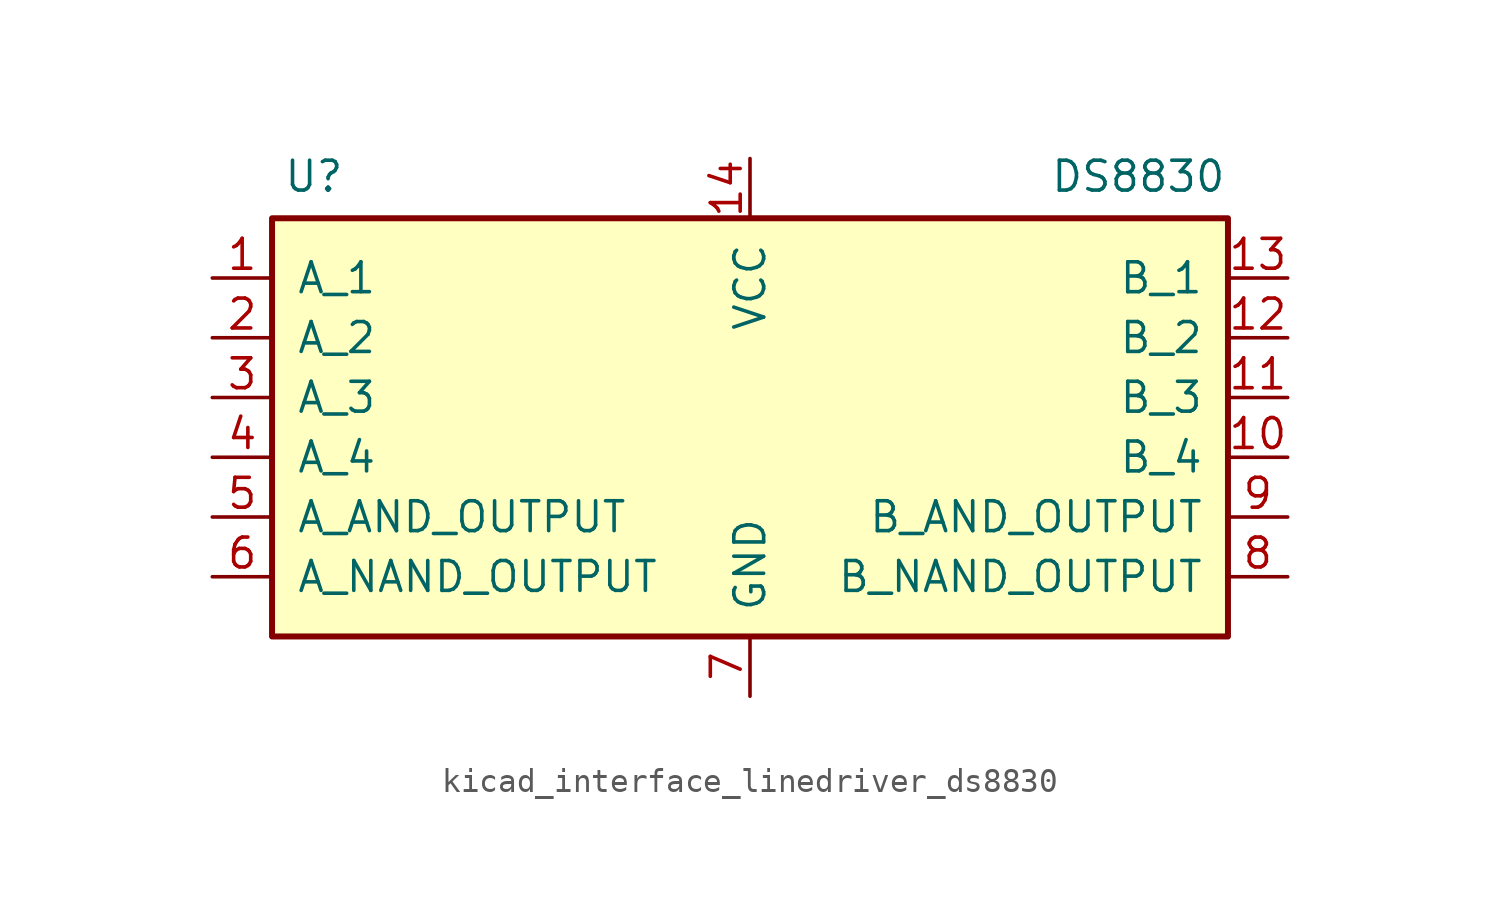
<source format=kicad_sym>
(kicad_symbol_lib
  (version 20220914)
  (generator kicad_symbol_editor)
  (symbol "kicad_interface_linedriver_ds8830"
    (pin_names
      (offset 1.016))
    (property "Reference" "U"
      (at -18.542 9.398 0)
      (effects (font (size 1.27 1.27))))
    (property "Value" "DS8830"
      (at 16.51 9.398 0)
      (effects (font (size 1.27 1.27))))
    (symbol "kicad_interface_linedriver_ds8830_0_1"
      (rectangle (start -20.32 7.62) (end 20.32 -10.16) (stroke (width 0.254) (type default)) (fill (type background))))
    (symbol "kicad_interface_linedriver_ds8830_1_1"
      (pin input line (at -22.86 5.08 0) (length 2.54) (name "A_1" (effects (font (size 1.27 1.27)))) (number "1" (effects (font (size 1.27 1.27)))))
      (pin input line (at 22.86 -2.54 180) (length 2.54) (name "B_4" (effects (font (size 1.27 1.27)))) (number "10" (effects (font (size 1.27 1.27)))))
      (pin input line (at 22.86 0 180) (length 2.54) (name "B_3" (effects (font (size 1.27 1.27)))) (number "11" (effects (font (size 1.27 1.27)))))
      (pin input line (at 22.86 2.54 180) (length 2.54) (name "B_2" (effects (font (size 1.27 1.27)))) (number "12" (effects (font (size 1.27 1.27)))))
      (pin input line (at 22.86 5.08 180) (length 2.54) (name "B_1" (effects (font (size 1.27 1.27)))) (number "13" (effects (font (size 1.27 1.27)))))
      (pin power_in line (at 0 10.16 270) (length 2.54) (name "VCC" (effects (font (size 1.27 1.27)))) (number "14" (effects (font (size 1.27 1.27)))))
      (pin input line (at -22.86 2.54 0) (length 2.54) (name "A_2" (effects (font (size 1.27 1.27)))) (number "2" (effects (font (size 1.27 1.27)))))
      (pin input line (at -22.86 0 0) (length 2.54) (name "A_3" (effects (font (size 1.27 1.27)))) (number "3" (effects (font (size 1.27 1.27)))))
      (pin input line (at -22.86 -2.54 0) (length 2.54) (name "A_4" (effects (font (size 1.27 1.27)))) (number "4" (effects (font (size 1.27 1.27)))))
      (pin input line (at -22.86 -5.08 0) (length 2.54) (name "A_AND_OUTPUT" (effects (font (size 1.27 1.27)))) (number "5" (effects (font (size 1.27 1.27)))))
      (pin input line (at -22.86 -7.62 0) (length 2.54) (name "A_NAND_OUTPUT" (effects (font (size 1.27 1.27)))) (number "6" (effects (font (size 1.27 1.27)))))
      (pin power_in line (at 0 -12.7 90) (length 2.54) (name "GND" (effects (font (size 1.27 1.27)))) (number "7" (effects (font (size 1.27 1.27)))))
      (pin input line (at 22.86 -7.62 180) (length 2.54) (name "B_NAND_OUTPUT" (effects (font (size 1.27 1.27)))) (number "8" (effects (font (size 1.27 1.27)))))
      (pin input line (at 22.86 -5.08 180) (length 2.54) (name "B_AND_OUTPUT" (effects (font (size 1.27 1.27)))) (number "9" (effects (font (size 1.27 1.27))))))))
</source>
